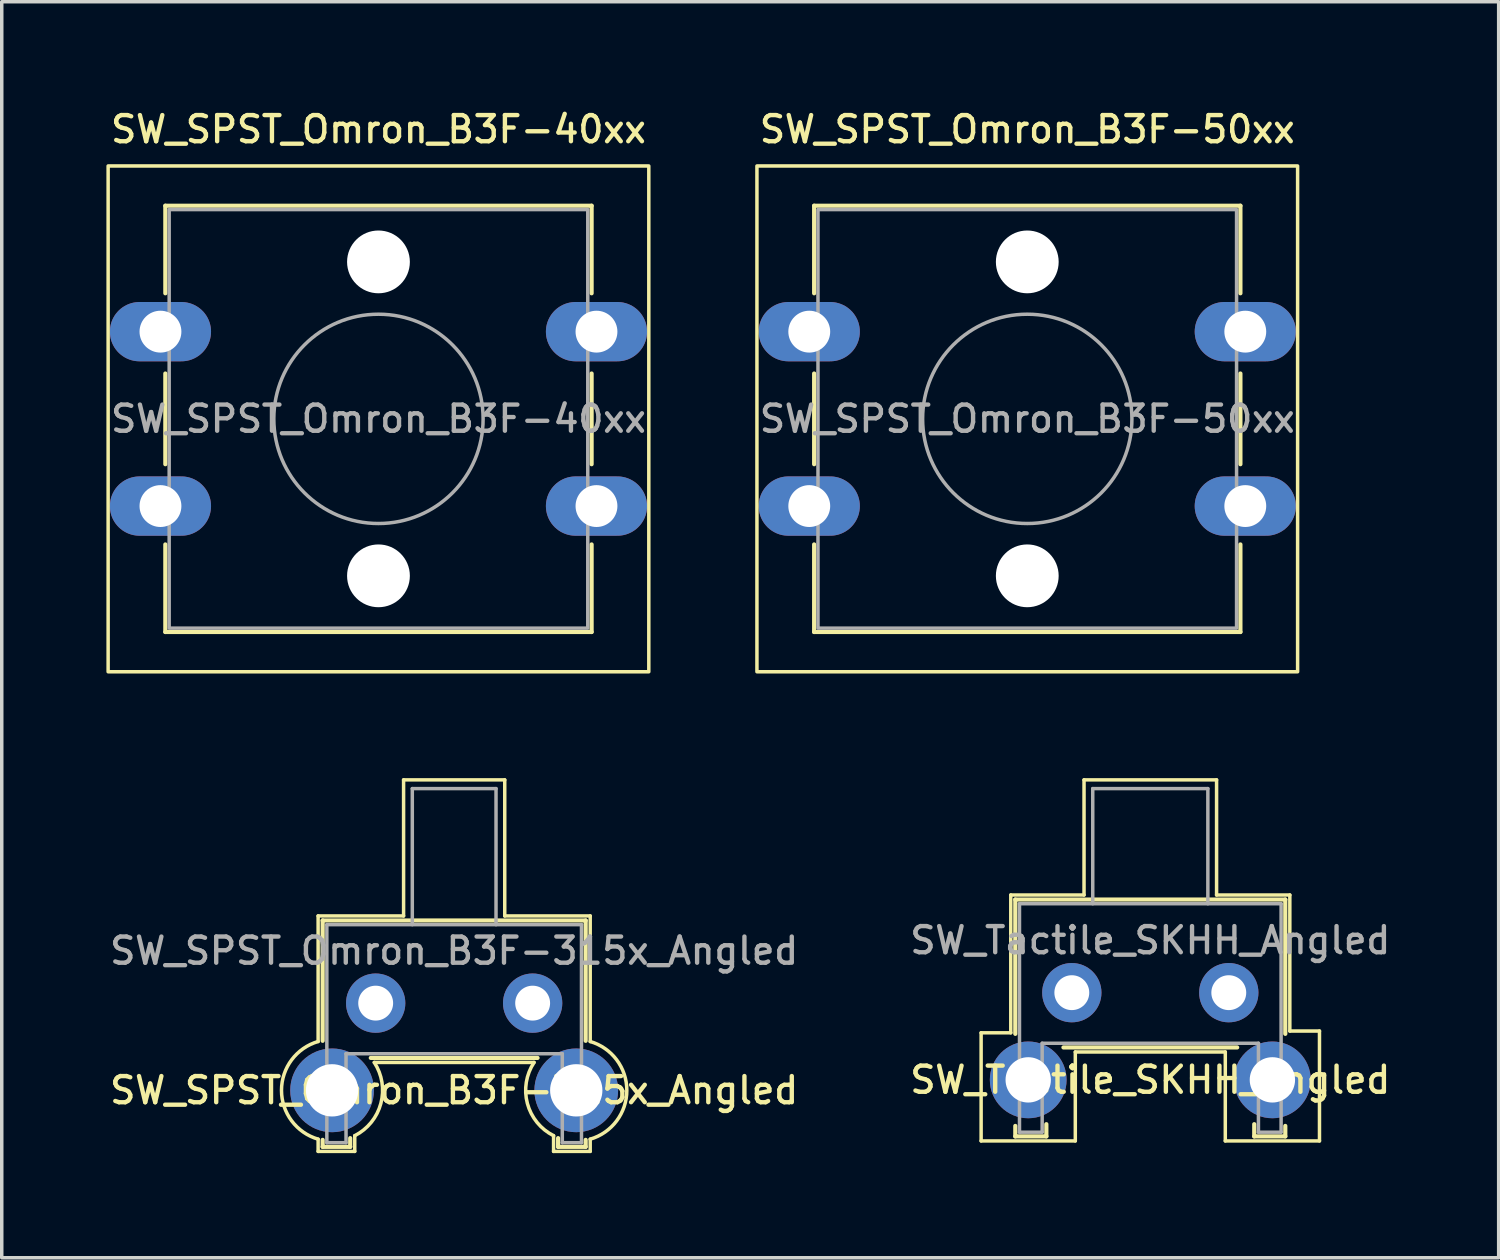
<source format=kicad_pcb>
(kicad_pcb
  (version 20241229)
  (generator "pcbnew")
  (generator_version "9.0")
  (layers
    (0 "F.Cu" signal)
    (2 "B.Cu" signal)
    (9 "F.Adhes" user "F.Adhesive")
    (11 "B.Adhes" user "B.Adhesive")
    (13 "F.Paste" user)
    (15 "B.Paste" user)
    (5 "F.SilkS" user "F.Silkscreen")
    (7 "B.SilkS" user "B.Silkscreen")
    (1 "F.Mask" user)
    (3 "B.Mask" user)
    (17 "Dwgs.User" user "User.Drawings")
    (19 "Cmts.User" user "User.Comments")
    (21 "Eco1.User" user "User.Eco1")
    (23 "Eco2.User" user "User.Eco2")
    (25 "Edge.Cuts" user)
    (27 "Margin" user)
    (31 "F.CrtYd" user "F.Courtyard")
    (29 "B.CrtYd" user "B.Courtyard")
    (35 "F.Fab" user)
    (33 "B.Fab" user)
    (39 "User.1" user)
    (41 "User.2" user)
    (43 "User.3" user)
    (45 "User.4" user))
  (footprint "SW_SPST_Omron_B3F-315x_Angled"
    (layer "F.Cu")
    (at 7.72 25.708)
    (property "Reference" "SW_SPST_Omron_B3F-315x_Angled" (at 2.25 2.5 0) (layer "F.SilkS") (effects (font (size 0.75 0.75) (thickness 0.125))))
    (attr through_hole)
    (fp_line (start -1.65 1.1) (end -1.65 -2.5) (stroke (width 0.1) (type solid)) (layer "F.SilkS"))
    (fp_line (start -1.65 4.25) (end -1.65 3.9) (stroke (width 0.1) (type solid)) (layer "F.SilkS"))
    (fp_line (start -1.52 -2.37) (end -1.52 1.08) (stroke (width 0.12) (type solid)) (layer "F.SilkS"))
    (fp_line (start -1.52 3.92) (end -1.52 4.12) (stroke (width 0.12) (type solid)) (layer "F.SilkS"))
    (fp_line (start -0.73 4.12) (end -1.52 4.12) (stroke (width 0.12) (type solid)) (layer "F.SilkS"))
    (fp_line (start -0.73 4.12) (end -0.73 3.87) (stroke (width 0.12) (type solid)) (layer "F.SilkS"))
    (fp_line (start -0.6 4.25) (end -1.65 4.25) (stroke (width 0.1) (type solid)) (layer "F.SilkS"))
    (fp_line (start -0.6 4.25) (end -0.6 3.8) (stroke (width 0.1) (type solid)) (layer "F.SilkS"))
    (fp_line (start -0.14 1.57) (end 4.64 1.57) (stroke (width 0.12) (type solid)) (layer "F.SilkS"))
    (fp_line (start -0.04 1.7) (end 4.54 1.7) (stroke (width 0.1) (type solid)) (layer "F.SilkS"))
    (fp_line (start 0.8 -6.4) (end 0.8 -2.5) (stroke (width 0.1) (type solid)) (layer "F.SilkS"))
    (fp_line (start 0.8 -2.5) (end -1.65 -2.5) (stroke (width 0.1) (type solid)) (layer "F.SilkS"))
    (fp_line (start 3.7 -6.4) (end 0.8 -6.4) (stroke (width 0.1) (type solid)) (layer "F.SilkS"))
    (fp_line (start 3.7 -2.5) (end 3.7 -6.4) (stroke (width 0.1) (type solid)) (layer "F.SilkS"))
    (fp_line (start 5.1 4.25) (end 5.1 3.8) (stroke (width 0.1) (type solid)) (layer "F.SilkS"))
    (fp_line (start 5.1 4.25) (end 6.15 4.25) (stroke (width 0.1) (type solid)) (layer "F.SilkS"))
    (fp_line (start 5.23 4.12) (end 5.23 3.87) (stroke (width 0.12) (type solid)) (layer "F.SilkS"))
    (fp_line (start 6.02 -2.37) (end -1.52 -2.37) (stroke (width 0.12) (type solid)) (layer "F.SilkS"))
    (fp_line (start 6.02 1.08) (end 6.02 -2.37) (stroke (width 0.12) (type solid)) (layer "F.SilkS"))
    (fp_line (start 6.02 3.92) (end 6.02 4.12) (stroke (width 0.12) (type solid)) (layer "F.SilkS"))
    (fp_line (start 6.02 4.12) (end 5.23 4.12) (stroke (width 0.12) (type solid)) (layer "F.SilkS"))
    (fp_line (start 6.15 -2.5) (end 3.7 -2.5) (stroke (width 0.1) (type solid)) (layer "F.SilkS"))
    (fp_line (start 6.15 1.1) (end 6.15 -2.5) (stroke (width 0.1) (type solid)) (layer "F.SilkS"))
    (fp_line (start 6.15 4.25) (end 6.15 3.9) (stroke (width 0.1) (type solid)) (layer "F.SilkS"))
    (fp_arc (start -1.65 3.9) (mid -2.7 2.5) (end -1.65 1.1) (stroke (width 0.1) (type solid)) (layer "F.SilkS"))
    (fp_arc (start -0.04 1.7) (mid 0.15 2.87) (end -0.6 3.8) (stroke (width 0.1) (type solid)) (layer "F.SilkS"))
    (fp_arc (start 5.1 3.8) (mid 4.35 2.88) (end 4.54 1.7) (stroke (width 0.1) (type solid)) (layer "F.SilkS"))
    (fp_arc (start 6.15 1.1) (mid 7.2 2.5) (end 6.15 3.9) (stroke (width 0.1) (type solid)) (layer "F.SilkS"))
    (fp_line (start -1.4 4) (end -1.4 -2.25) (stroke (width 0.1) (type solid)) (layer "F.Fab"))
    (fp_line (start -0.85 1.45) (end -0.85 4) (stroke (width 0.1) (type solid)) (layer "F.Fab"))
    (fp_line (start -0.85 4) (end -1.4 4) (stroke (width 0.1) (type solid)) (layer "F.Fab"))
    (fp_line (start 1.05 -6.15) (end 3.45 -6.15) (stroke (width 0.1) (type solid)) (layer "F.Fab"))
    (fp_line (start 1.05 -2.25) (end 1.05 -6.15) (stroke (width 0.1) (type solid)) (layer "F.Fab"))
    (fp_line (start 3.45 -2.25) (end 3.45 -6.15) (stroke (width 0.1) (type solid)) (layer "F.Fab"))
    (fp_line (start 5.35 1.45) (end -0.85 1.45) (stroke (width 0.1) (type solid)) (layer "F.Fab"))
    (fp_line (start 5.35 1.45) (end 5.35 4) (stroke (width 0.1) (type solid)) (layer "F.Fab"))
    (fp_line (start 5.9 -2.25) (end -1.4 -2.25) (stroke (width 0.1) (type solid)) (layer "F.Fab"))
    (fp_line (start 5.9 -2.25) (end 5.9 4) (stroke (width 0.1) (type solid)) (layer "F.Fab"))
    (fp_line (start 5.9 4) (end 5.35 4) (stroke (width 0.1) (type solid)) (layer "F.Fab"))
    (fp_text user "${REFERENCE}" (at 2.25 -1.5 0) (layer "F.Fab") (effects (font (size 0.75 0.75) (thickness 0.125))))
    (pad "" thru_hole circle (at -1.25 2.5 180) (size 2.4 2.4) (drill 1.5) (layers "*.Cu" "*.Mask"))
    (pad "" thru_hole circle (at 5.75 2.5 180) (size 2.4 2.4) (drill 1.5) (layers "*.Cu" "*.Mask"))
    (pad "1" thru_hole circle (at 0 0 180) (size 1.7 1.7) (drill 1) (layers "*.Cu" "*.Mask"))
    (pad "2" thru_hole circle (at 4.5 0 180) (size 1.7 1.7) (drill 1) (layers "*.Cu" "*.Mask")))
  (footprint "SW_SPST_Omron_B3F-40xx"
    (layer "F.Cu")
    (at 1.55 6.458)
    (property "Reference" "SW_SPST_Omron_B3F-40xx" (at 6.25 -5.8 0) (layer "F.SilkS") (effects (font (size 0.75 0.75) (thickness 0.125))))
    (attr through_hole)
    (fp_line (start 0.14 -3.61) (end 0.14 -1.1) (stroke (width 0.12) (type default)) (layer "F.SilkS"))
    (fp_line (start 0.14 -3.61) (end 12.36 -3.61) (stroke (width 0.12) (type default)) (layer "F.SilkS"))
    (fp_line (start 0.14 1.2) (end 0.14 3.8) (stroke (width 0.12) (type default)) (layer "F.SilkS"))
    (fp_line (start 0.14 6.1) (end 0.14 8.61) (stroke (width 0.12) (type default)) (layer "F.SilkS"))
    (fp_line (start 12.36 -3.61) (end 12.36 -1.1) (stroke (width 0.12) (type default)) (layer "F.SilkS"))
    (fp_line (start 12.36 1.2) (end 12.36 3.8) (stroke (width 0.12) (type default)) (layer "F.SilkS"))
    (fp_line (start 12.36 6.1) (end 12.36 8.61) (stroke (width 0.12) (type default)) (layer "F.SilkS"))
    (fp_line (start 12.36 8.61) (end 0.14 8.61) (stroke (width 0.12) (type default)) (layer "F.SilkS"))
    (fp_rect (start -1.5 -4.75) (end 14 9.75) (stroke (width 0.1) (type default)) (fill no) (layer "F.SilkS"))
    (fp_rect (start 0.25 -3.5) (end 12.25 8.5) (stroke (width 0.1) (type default)) (fill no) (layer "F.Fab"))
    (fp_circle (center 6.25 2.5) (end 9.25 2.5) (stroke (width 0.1) (type default)) (fill no) (layer "F.Fab"))
    (fp_text user "${REFERENCE}" (at 6.25 2.5 0) (layer "F.Fab") (effects (font (size 0.75 0.75) (thickness 0.125))))
    (pad "" np_thru_hole circle (at 6.25 -2) (size 1.8 1.8) (drill 1.8) (layers "*.Cu" "*.Mask"))
    (pad "" np_thru_hole circle (at 6.25 7) (size 1.8 1.8) (drill 1.8) (layers "*.Cu" "*.Mask"))
    (pad "1" thru_hole oval (at 0 0) (size 2.9 1.7) (drill 1.2) (layers "*.Cu" "*.Mask"))
    (pad "1" thru_hole oval (at 12.5 0) (size 2.9 1.7) (drill 1.2) (layers "*.Cu" "*.Mask"))
    (pad "2" thru_hole oval (at 0 5) (size 2.9 1.7) (drill 1.2) (layers "*.Cu" "*.Mask"))
    (pad "2" thru_hole oval (at 12.5 5) (size 2.9 1.7) (drill 1.2) (layers "*.Cu" "*.Mask")))
  (footprint "SW_Tactile_SKHH_Angled"
    (layer "F.Cu")
    (at 27.677 25.408)
    (property "Reference" "SW_Tactile_SKHH_Angled" (at 2.25 2.5 0) (layer "F.SilkS") (effects (font (size 0.75 0.75) (thickness 0.125))))
    (attr through_hole)
    (fp_line (start -2.6 1.15) (end -1.75 1.15) (stroke (width 0.1) (type solid)) (layer "F.SilkS"))
    (fp_line (start -2.6 4.25) (end -2.6 1.15) (stroke (width 0.1) (type solid)) (layer "F.SilkS"))
    (fp_line (start -1.75 1.15) (end -1.75 -2.8) (stroke (width 0.1) (type solid)) (layer "F.SilkS"))
    (fp_line (start -1.62 -2.67) (end -1.62 1.18) (stroke (width 0.12) (type solid)) (layer "F.SilkS"))
    (fp_line (start -1.62 3.82) (end -1.62 4.12) (stroke (width 0.12) (type solid)) (layer "F.SilkS"))
    (fp_line (start -0.73 4.12) (end -1.62 4.12) (stroke (width 0.12) (type solid)) (layer "F.SilkS"))
    (fp_line (start -0.73 4.12) (end -0.73 3.77) (stroke (width 0.12) (type solid)) (layer "F.SilkS"))
    (fp_line (start -0.24 1.57) (end 4.74 1.57) (stroke (width 0.12) (type solid)) (layer "F.SilkS"))
    (fp_line (start 0.1 1.7) (end 4.4 1.7) (stroke (width 0.1) (type solid)) (layer "F.SilkS"))
    (fp_line (start 0.1 4.25) (end -2.6 4.25) (stroke (width 0.1) (type solid)) (layer "F.SilkS"))
    (fp_line (start 0.1 4.25) (end 0.1 1.7) (stroke (width 0.1) (type solid)) (layer "F.SilkS"))
    (fp_line (start 0.35 -6.1) (end 0.35 -2.8) (stroke (width 0.1) (type solid)) (layer "F.SilkS"))
    (fp_line (start 0.35 -2.8) (end -1.75 -2.8) (stroke (width 0.1) (type solid)) (layer "F.SilkS"))
    (fp_line (start 4.15 -6.1) (end 0.35 -6.1) (stroke (width 0.1) (type solid)) (layer "F.SilkS"))
    (fp_line (start 4.15 -2.8) (end 4.15 -6.1) (stroke (width 0.1) (type solid)) (layer "F.SilkS"))
    (fp_line (start 4.4 1.7) (end 4.4 4.25) (stroke (width 0.1) (type solid)) (layer "F.SilkS"))
    (fp_line (start 4.4 4.25) (end 7.1 4.25) (stroke (width 0.1) (type solid)) (layer "F.SilkS"))
    (fp_line (start 5.23 4.12) (end 5.23 3.77) (stroke (width 0.12) (type solid)) (layer "F.SilkS"))
    (fp_line (start 6.12 -2.67) (end -1.62 -2.67) (stroke (width 0.12) (type solid)) (layer "F.SilkS"))
    (fp_line (start 6.12 1.18) (end 6.12 -2.67) (stroke (width 0.12) (type solid)) (layer "F.SilkS"))
    (fp_line (start 6.12 3.82) (end 6.12 4.12) (stroke (width 0.12) (type solid)) (layer "F.SilkS"))
    (fp_line (start 6.12 4.12) (end 5.23 4.12) (stroke (width 0.12) (type solid)) (layer "F.SilkS"))
    (fp_line (start 6.25 -2.8) (end 4.15 -2.8) (stroke (width 0.1) (type solid)) (layer "F.SilkS"))
    (fp_line (start 6.25 1.1) (end 6.25 -2.8) (stroke (width 0.1) (type solid)) (layer "F.SilkS"))
    (fp_line (start 7.1 1.1) (end 6.25 1.1) (stroke (width 0.1) (type solid)) (layer "F.SilkS"))
    (fp_line (start 7.1 4.25) (end 7.1 1.1) (stroke (width 0.1) (type solid)) (layer "F.SilkS"))
    (fp_line (start -1.5 4) (end -1.5 -2.55) (stroke (width 0.1) (type solid)) (layer "F.Fab"))
    (fp_line (start -0.85 1.45) (end -0.85 4) (stroke (width 0.1) (type solid)) (layer "F.Fab"))
    (fp_line (start -0.85 4) (end -1.5 4) (stroke (width 0.1) (type solid)) (layer "F.Fab"))
    (fp_line (start 0.6 -5.85) (end 3.9 -5.85) (stroke (width 0.1) (type solid)) (layer "F.Fab"))
    (fp_line (start 0.6 -2.55) (end 0.6 -5.85) (stroke (width 0.1) (type solid)) (layer "F.Fab"))
    (fp_line (start 3.9 -2.55) (end 3.9 -5.85) (stroke (width 0.1) (type solid)) (layer "F.Fab"))
    (fp_line (start 5.35 1.45) (end -0.85 1.45) (stroke (width 0.1) (type solid)) (layer "F.Fab"))
    (fp_line (start 5.35 1.45) (end 5.35 4) (stroke (width 0.1) (type solid)) (layer "F.Fab"))
    (fp_line (start 6 -2.55) (end -1.5 -2.55) (stroke (width 0.1) (type solid)) (layer "F.Fab"))
    (fp_line (start 6 -2.55) (end 6 4) (stroke (width 0.1) (type solid)) (layer "F.Fab"))
    (fp_line (start 6 4) (end 5.35 4) (stroke (width 0.1) (type solid)) (layer "F.Fab"))
    (fp_text user "${REFERENCE}" (at 2.25 -1.5 0) (layer "F.Fab") (effects (font (size 0.75 0.75) (thickness 0.125))))
    (pad "" thru_hole circle (at -1.25 2.5 180) (size 2.2 2.2) (drill 1.3) (layers "*.Cu" "*.Mask"))
    (pad "" thru_hole circle (at 5.75 2.5 180) (size 2.2 2.2) (drill 1.3) (layers "*.Cu" "*.Mask"))
    (pad "1" thru_hole circle (at 0 0 180) (size 1.7 1.7) (drill 1) (layers "*.Cu" "*.Mask"))
    (pad "2" thru_hole circle (at 4.5 0 180) (size 1.7 1.7) (drill 1) (layers "*.Cu" "*.Mask")))
  (footprint "SW_SPST_Omron_B3F-50xx"
    (layer "F.Cu")
    (at 20.15 6.458)
    (property "Reference" "SW_SPST_Omron_B3F-50xx" (at 6.25 -5.8 0) (layer "F.SilkS") (effects (font (size 0.75 0.75) (thickness 0.125))))
    (attr through_hole)
    (fp_line (start 0.14 -3.61) (end 0.14 -1.1) (stroke (width 0.12) (type default)) (layer "F.SilkS"))
    (fp_line (start 0.14 -3.61) (end 12.36 -3.61) (stroke (width 0.12) (type default)) (layer "F.SilkS"))
    (fp_line (start 0.14 1.2) (end 0.14 3.8) (stroke (width 0.12) (type default)) (layer "F.SilkS"))
    (fp_line (start 0.14 6.1) (end 0.14 8.61) (stroke (width 0.12) (type default)) (layer "F.SilkS"))
    (fp_line (start 12.36 -3.61) (end 12.36 -1.1) (stroke (width 0.12) (type default)) (layer "F.SilkS"))
    (fp_line (start 12.36 1.2) (end 12.36 3.8) (stroke (width 0.12) (type default)) (layer "F.SilkS"))
    (fp_line (start 12.36 6.1) (end 12.36 8.61) (stroke (width 0.12) (type default)) (layer "F.SilkS"))
    (fp_line (start 12.36 8.61) (end 0.14 8.61) (stroke (width 0.12) (type default)) (layer "F.SilkS"))
    (fp_rect (start -1.5 -4.75) (end 14 9.75) (stroke (width 0.1) (type default)) (fill no) (layer "F.SilkS"))
    (fp_rect (start 0.25 -3.5) (end 12.25 8.5) (stroke (width 0.1) (type default)) (fill no) (layer "F.Fab"))
    (fp_circle (center 6.25 2.5) (end 9.25 2.5) (stroke (width 0.1) (type default)) (fill no) (layer "F.Fab"))
    (fp_text user "${REFERENCE}" (at 6.25 2.5 0) (layer "F.Fab") (effects (font (size 0.75 0.75) (thickness 0.125))))
    (pad "" np_thru_hole circle (at 6.25 -2) (size 1.8 1.8) (drill 1.8) (layers "*.Cu" "*.Mask"))
    (pad "" np_thru_hole circle (at 6.25 7) (size 1.8 1.8) (drill 1.8) (layers "*.Cu" "*.Mask"))
    (pad "1" thru_hole oval (at 0 0) (size 2.9 1.7) (drill 1.2) (layers "*.Cu" "*.Mask"))
    (pad "1" thru_hole oval (at 12.5 0) (size 2.9 1.7) (drill 1.2) (layers "*.Cu" "*.Mask"))
    (pad "2" thru_hole oval (at 0 5) (size 2.9 1.7) (drill 1.2) (layers "*.Cu" "*.Mask"))
    (pad "2" thru_hole oval (at 12.5 5) (size 2.9 1.7) (drill 1.2) (layers "*.Cu" "*.Mask")))
  (gr_rect
    (start -3 -3)
    (end 39.914 33.008)
    (stroke (width 0.1) (type default))
    (fill no)
    (layer "Edge.Cuts")))
</source>
